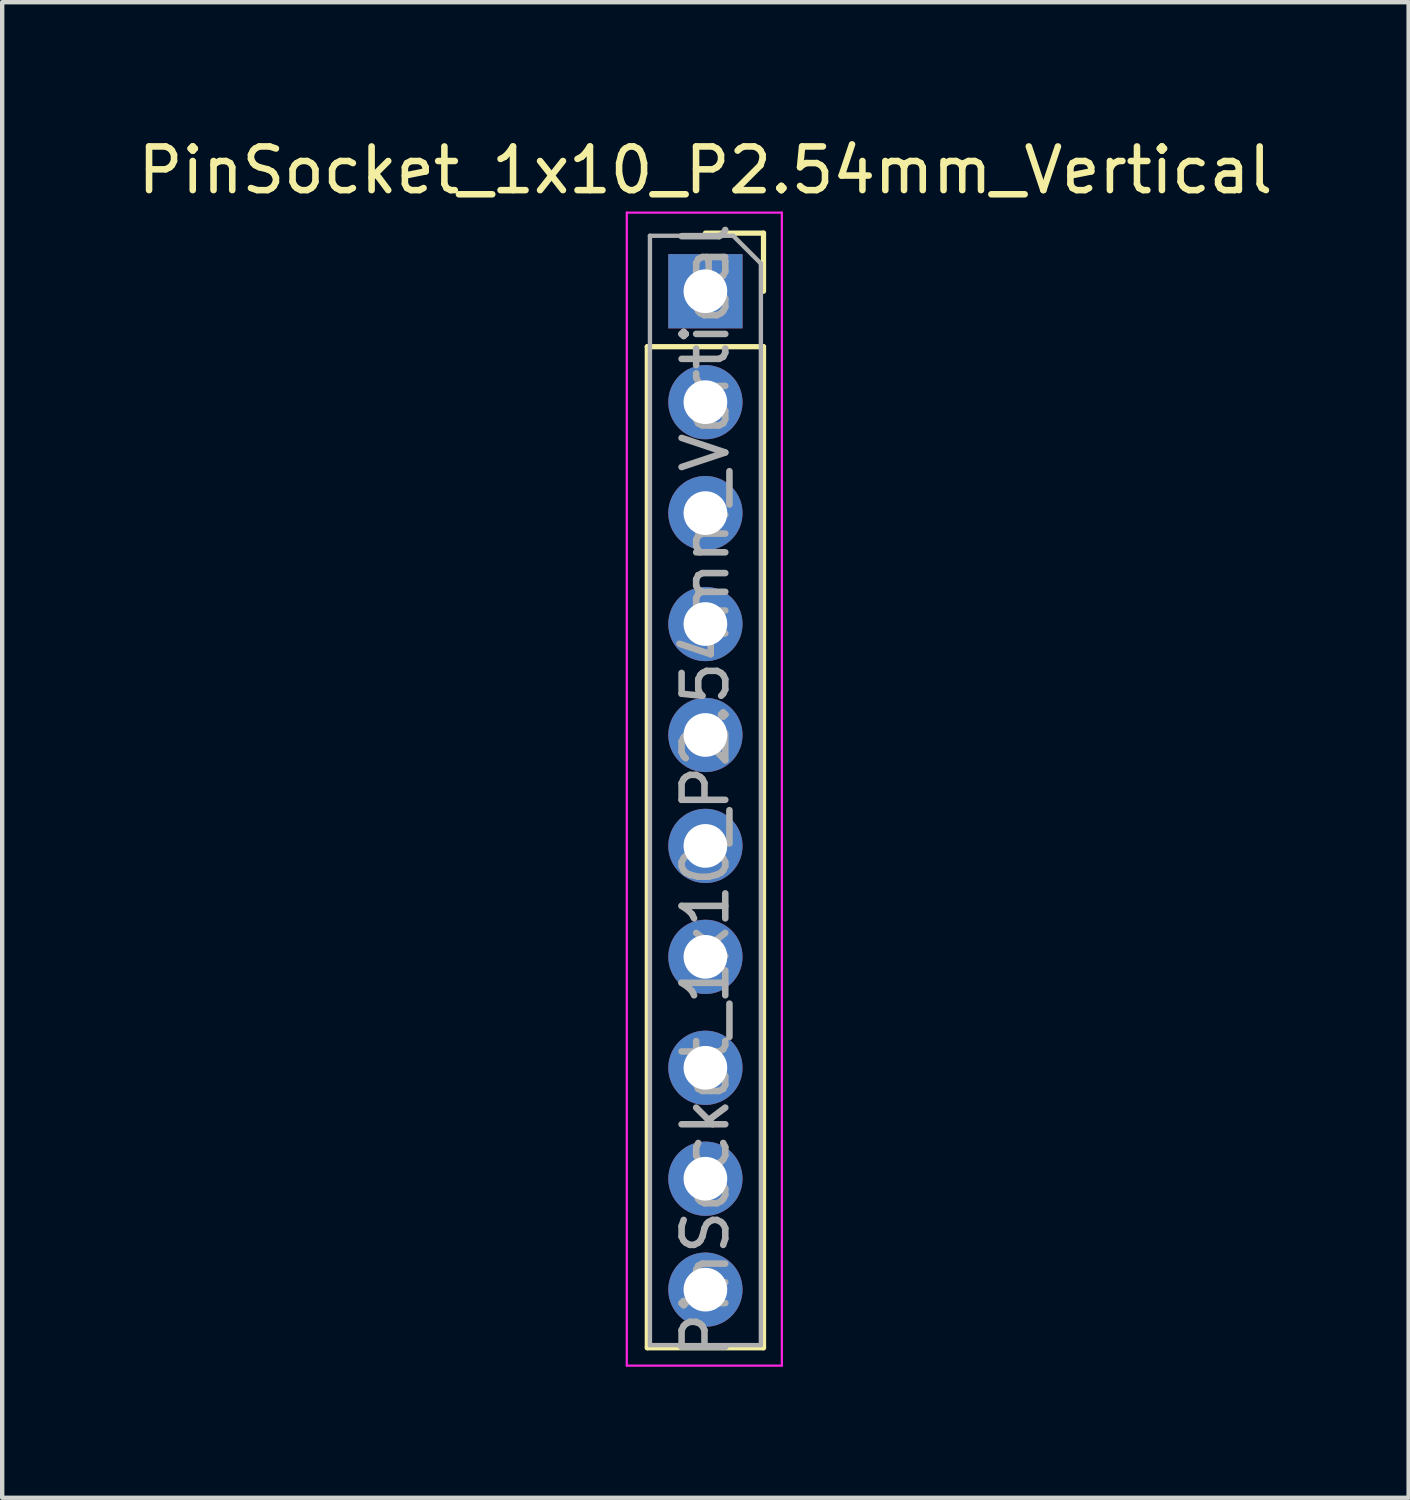
<source format=kicad_pcb>
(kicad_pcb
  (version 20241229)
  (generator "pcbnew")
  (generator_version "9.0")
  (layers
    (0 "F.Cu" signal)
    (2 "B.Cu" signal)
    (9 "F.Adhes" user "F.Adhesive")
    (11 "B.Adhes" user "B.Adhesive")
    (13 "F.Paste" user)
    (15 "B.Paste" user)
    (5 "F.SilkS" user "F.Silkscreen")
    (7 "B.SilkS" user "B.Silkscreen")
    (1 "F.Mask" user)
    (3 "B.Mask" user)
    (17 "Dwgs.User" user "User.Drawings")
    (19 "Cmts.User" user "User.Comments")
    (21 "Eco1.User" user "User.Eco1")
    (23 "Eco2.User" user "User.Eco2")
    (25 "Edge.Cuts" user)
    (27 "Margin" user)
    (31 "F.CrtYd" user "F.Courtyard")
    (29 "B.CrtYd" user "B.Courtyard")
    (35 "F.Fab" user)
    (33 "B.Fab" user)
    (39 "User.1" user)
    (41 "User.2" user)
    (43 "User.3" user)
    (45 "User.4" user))
  (footprint "PinSocket_1x10_P2.54mm_Vertical"
    (layer "F.Cu")
    (at 13.101 3.618)
    (property "Reference" "PinSocket_1x10_P2.54mm_Vertical" (at 0 -2.77 0) (layer "F.SilkS") (effects (font (size 1 1) (thickness 0.15))))
    (attr through_hole)
    (fp_line (start -1.33 1.27) (end -1.33 24.19) (stroke (width 0.12) (type solid)) (layer "F.SilkS"))
    (fp_line (start -1.33 1.27) (end 1.33 1.27) (stroke (width 0.12) (type solid)) (layer "F.SilkS"))
    (fp_line (start -1.33 24.19) (end 1.33 24.19) (stroke (width 0.12) (type solid)) (layer "F.SilkS"))
    (fp_line (start 0 -1.33) (end 1.33 -1.33) (stroke (width 0.12) (type solid)) (layer "F.SilkS"))
    (fp_line (start 1.33 -1.33) (end 1.33 0) (stroke (width 0.12) (type solid)) (layer "F.SilkS"))
    (fp_line (start 1.33 1.27) (end 1.33 24.19) (stroke (width 0.12) (type solid)) (layer "F.SilkS"))
    (fp_line (start -1.8 -1.8) (end 1.75 -1.8) (stroke (width 0.05) (type solid)) (layer "F.CrtYd"))
    (fp_line (start -1.8 24.6) (end -1.8 -1.8) (stroke (width 0.05) (type solid)) (layer "F.CrtYd"))
    (fp_line (start 1.75 -1.8) (end 1.75 24.6) (stroke (width 0.05) (type solid)) (layer "F.CrtYd"))
    (fp_line (start 1.75 24.6) (end -1.8 24.6) (stroke (width 0.05) (type solid)) (layer "F.CrtYd"))
    (fp_line (start -1.27 -1.27) (end 0.635 -1.27) (stroke (width 0.1) (type solid)) (layer "F.Fab"))
    (fp_line (start -1.27 24.13) (end -1.27 -1.27) (stroke (width 0.1) (type solid)) (layer "F.Fab"))
    (fp_line (start 0.635 -1.27) (end 1.27 -0.635) (stroke (width 0.1) (type solid)) (layer "F.Fab"))
    (fp_line (start 1.27 -0.635) (end 1.27 24.13) (stroke (width 0.1) (type solid)) (layer "F.Fab"))
    (fp_line (start 1.27 24.13) (end -1.27 24.13) (stroke (width 0.1) (type solid)) (layer "F.Fab"))
    (fp_text user "${REFERENCE}" (at 0 11.43 90) (layer "F.Fab") (effects (font (size 1 1) (thickness 0.15))))
    (pad "1" thru_hole rect (at 0 0) (size 1.7 1.7) (drill 1) (layers "*.Cu" "*.Mask"))
    (pad "2" thru_hole oval (at 0 2.54) (size 1.7 1.7) (drill 1) (layers "*.Cu" "*.Mask"))
    (pad "3" thru_hole oval (at 0 5.08) (size 1.7 1.7) (drill 1) (layers "*.Cu" "*.Mask"))
    (pad "4" thru_hole oval (at 0 7.62) (size 1.7 1.7) (drill 1) (layers "*.Cu" "*.Mask"))
    (pad "5" thru_hole oval (at 0 10.16) (size 1.7 1.7) (drill 1) (layers "*.Cu" "*.Mask"))
    (pad "6" thru_hole oval (at 0 12.7) (size 1.7 1.7) (drill 1) (layers "*.Cu" "*.Mask"))
    (pad "7" thru_hole oval (at 0 15.24) (size 1.7 1.7) (drill 1) (layers "*.Cu" "*.Mask"))
    (pad "8" thru_hole oval (at 0 17.78) (size 1.7 1.7) (drill 1) (layers "*.Cu" "*.Mask"))
    (pad "9" thru_hole oval (at 0 20.32) (size 1.7 1.7) (drill 1) (layers "*.Cu" "*.Mask"))
    (pad "10" thru_hole oval (at 0 22.86) (size 1.7 1.7) (drill 1) (layers "*.Cu" "*.Mask")))
  (gr_rect
    (start -3 -3)
    (end 29.202 31.243)
    (stroke (width 0.1) (type default))
    (fill no)
    (layer "Edge.Cuts")))
</source>
